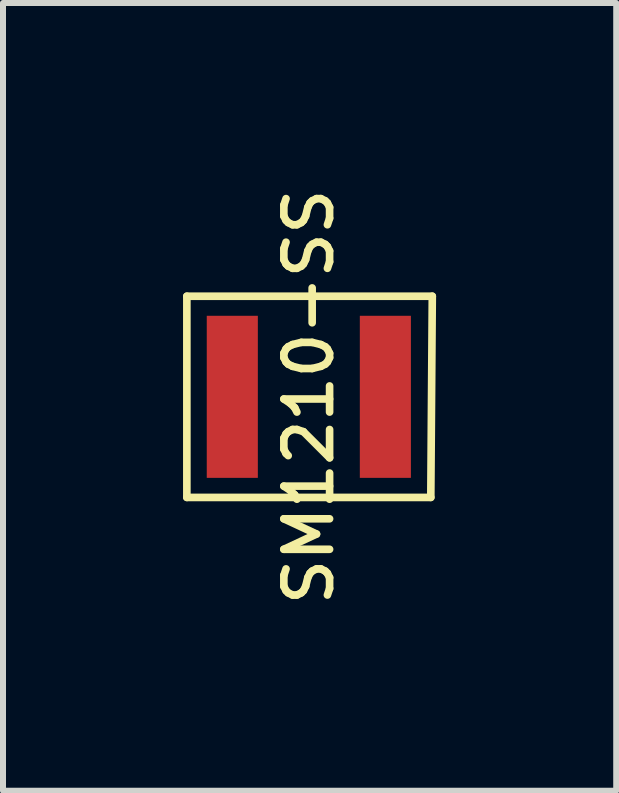
<source format=kicad_pcb>
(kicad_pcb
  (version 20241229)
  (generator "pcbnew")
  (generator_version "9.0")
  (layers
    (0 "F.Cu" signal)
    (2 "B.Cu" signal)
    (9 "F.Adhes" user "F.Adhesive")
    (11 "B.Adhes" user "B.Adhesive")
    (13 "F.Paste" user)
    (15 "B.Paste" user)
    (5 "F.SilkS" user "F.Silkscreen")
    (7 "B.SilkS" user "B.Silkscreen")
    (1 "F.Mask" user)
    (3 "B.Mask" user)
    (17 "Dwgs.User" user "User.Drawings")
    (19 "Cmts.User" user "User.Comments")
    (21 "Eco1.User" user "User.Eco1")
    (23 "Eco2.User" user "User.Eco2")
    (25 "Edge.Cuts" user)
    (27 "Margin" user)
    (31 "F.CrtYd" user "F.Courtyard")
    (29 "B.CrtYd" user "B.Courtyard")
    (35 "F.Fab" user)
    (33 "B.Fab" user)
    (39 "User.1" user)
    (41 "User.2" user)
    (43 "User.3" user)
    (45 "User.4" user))
  (footprint "SM1210-SS"
    (layer "F.Cu")
    (at 2.095 3.561)
    (property "Reference" "SM1210-SS" (at 0 0 90) (layer "F.SilkS") (effects (font (size 0.762 0.762) (thickness 0.127))))
    (attr smd)
    (fp_line (start -2.032 -1.676) (end -2.032 1.676) (stroke (width 0.127) (type solid)) (layer "F.SilkS"))
    (fp_line (start -2.032 1.676) (end 2.032 1.676) (stroke (width 0.127) (type solid)) (layer "F.SilkS"))
    (fp_line (start 2.032 1.676) (end 2.057 -1.676) (stroke (width 0.127) (type solid)) (layer "F.SilkS"))
    (fp_line (start 2.057 -1.676) (end -2.032 -1.676) (stroke (width 0.127) (type solid)) (layer "F.SilkS"))
    (pad "1" smd rect (at -1.275 0) (size 0.851 2.7) (layers "F.Cu" "F.Mask" "F.Paste"))
    (pad "2" smd rect (at 1.275 0) (size 0.851 2.7) (layers "F.Cu" "F.Mask" "F.Paste")))
  (gr_rect
    (start -3 -3)
    (end 7.216 10.123)
    (stroke (width 0.1) (type default))
    (fill no)
    (layer "Edge.Cuts")))
</source>
